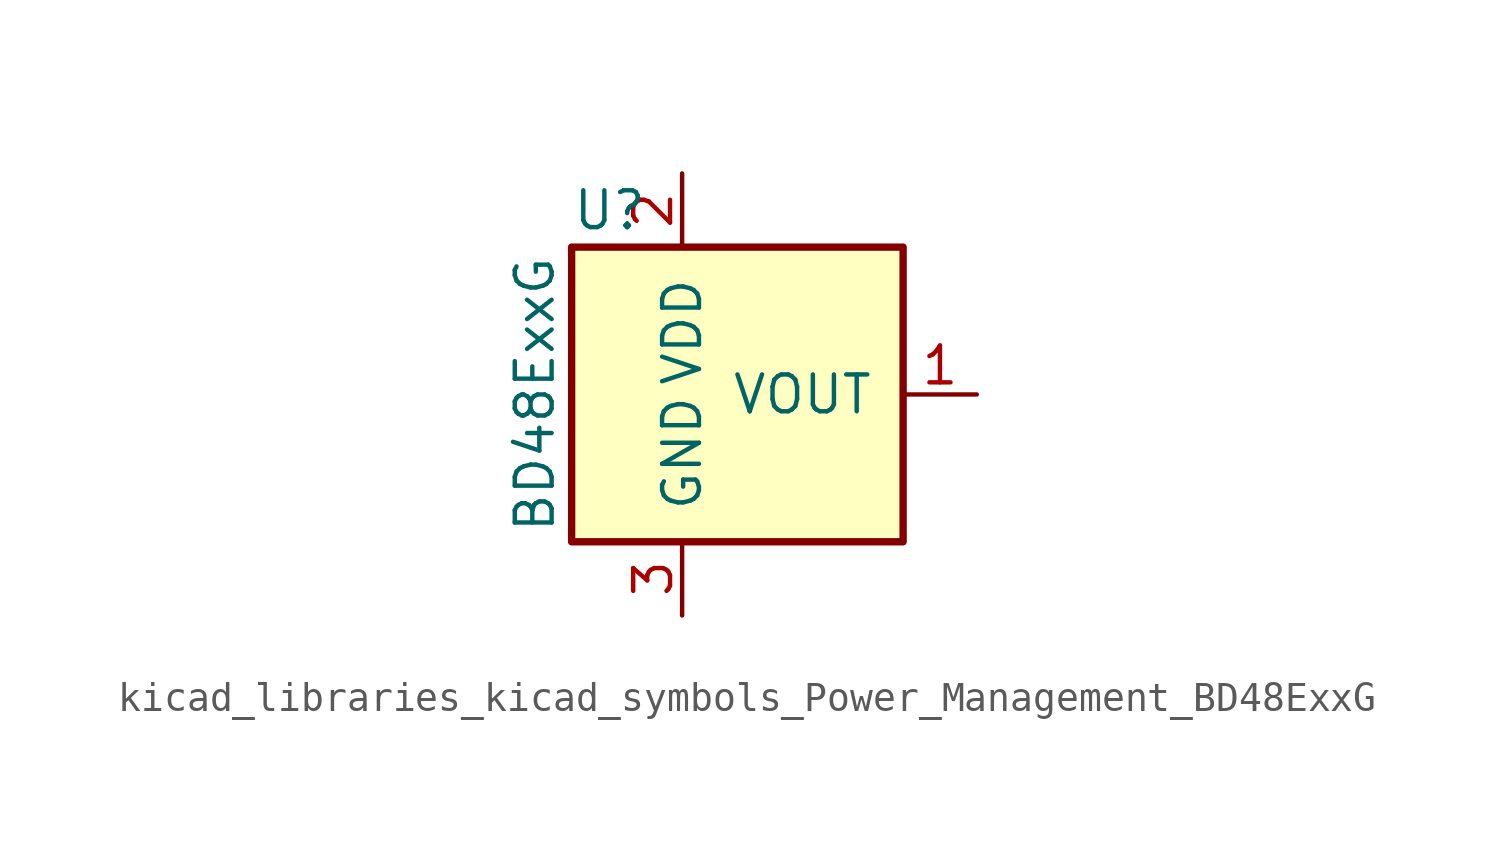
<source format=kicad_sym>
(kicad_symbol_lib
  (version 20220914)
  (generator kicad_symbol_editor)
  (symbol "kicad_libraries_kicad_symbols_Power_Management_BD48ExxG"
    (pin_names
      (offset 1.016))
    (property "Reference" "U"
      (at -3.81 6.35 0)
      (effects (font (size 1.27 1.27)) (justify left)))
    (property "Value" "BD48ExxG"
      (at -5.08 0 90)
      (effects (font (size 1.27 1.27))))
    (symbol "kicad_libraries_kicad_symbols_Power_Management_BD48ExxG_1_1"
      (rectangle (start -3.81 5.08) (end 7.62 -5.08) (stroke (width 0.254) (type default)) (fill (type background)))
      (pin output line (at 10.16 0 180) (length 2.54) (name "VOUT" (effects (font (size 1.27 1.27)))) (number "1" (effects (font (size 1.27 1.27)))))
      (pin power_in line (at 0 7.62 270) (length 2.54) (name "VDD" (effects (font (size 1.27 1.27)))) (number "2" (effects (font (size 1.27 1.27)))))
      (pin power_in line (at 0 -7.62 90) (length 2.54) (name "GND" (effects (font (size 1.27 1.27)))) (number "3" (effects (font (size 1.27 1.27))))))))
</source>
